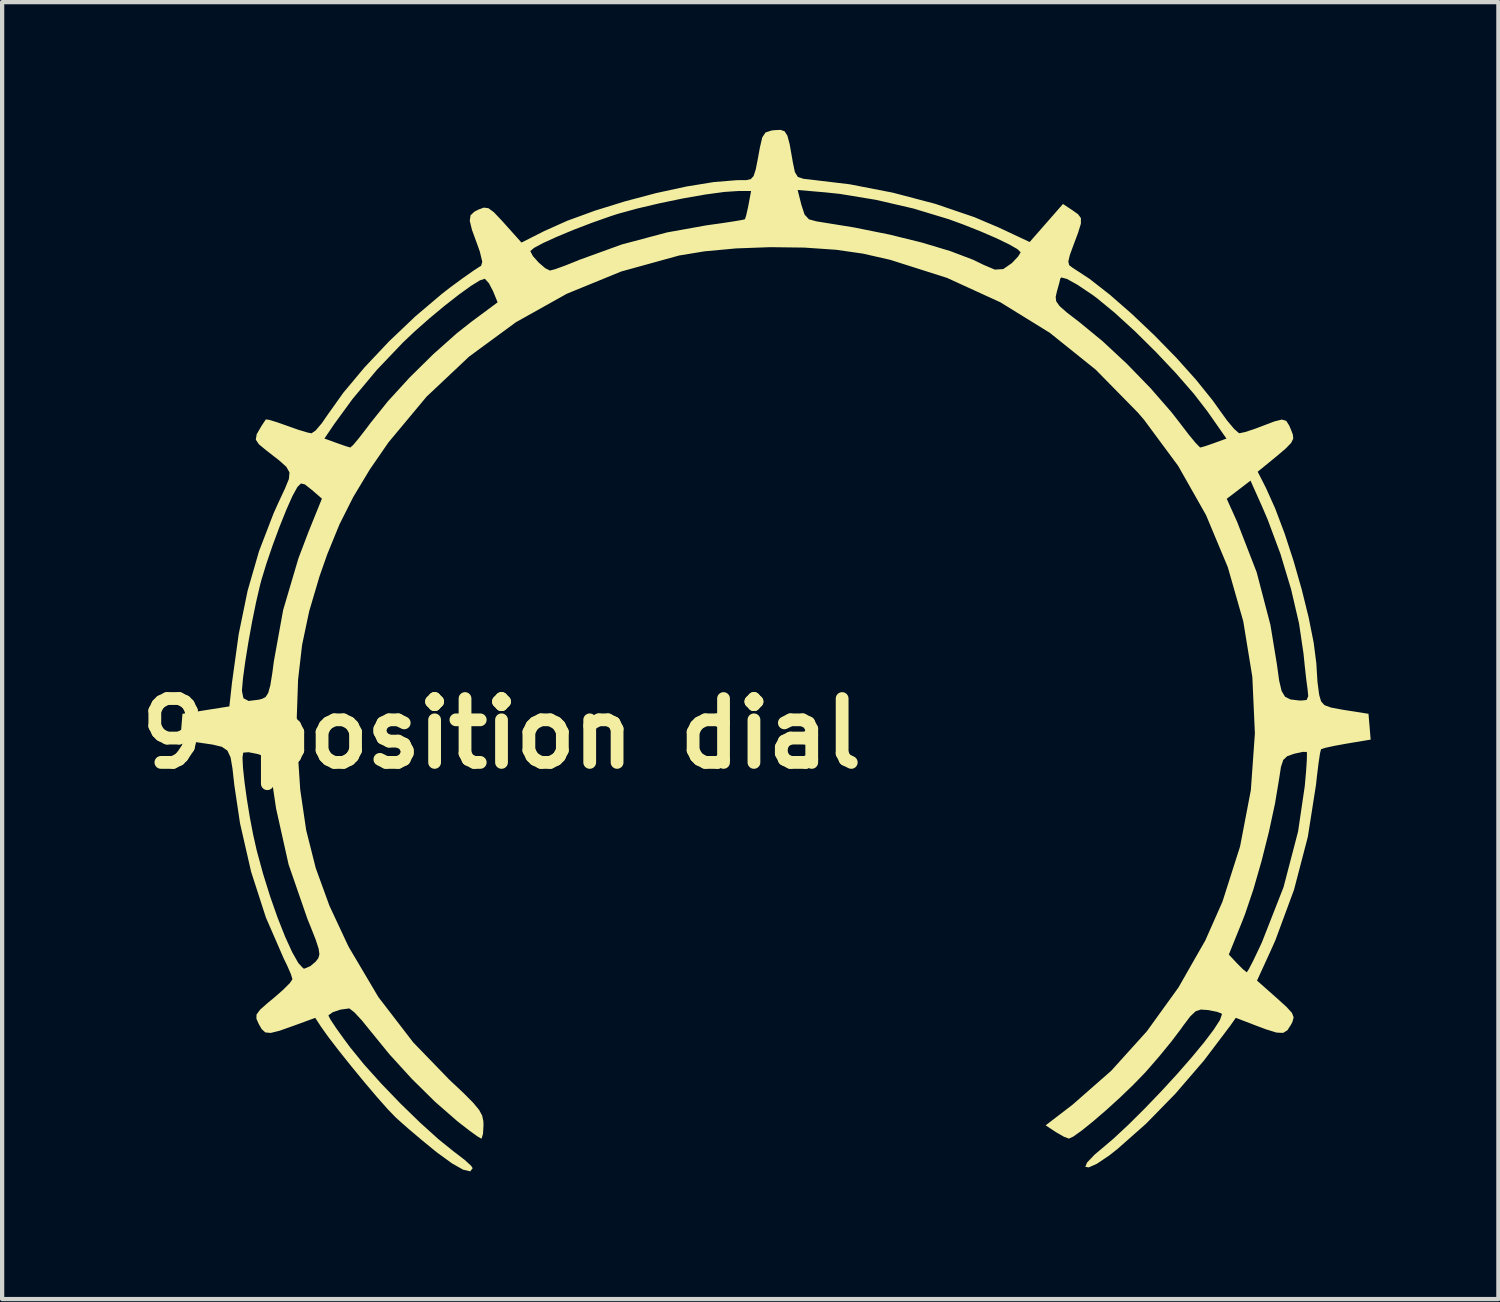
<source format=kicad_pcb>
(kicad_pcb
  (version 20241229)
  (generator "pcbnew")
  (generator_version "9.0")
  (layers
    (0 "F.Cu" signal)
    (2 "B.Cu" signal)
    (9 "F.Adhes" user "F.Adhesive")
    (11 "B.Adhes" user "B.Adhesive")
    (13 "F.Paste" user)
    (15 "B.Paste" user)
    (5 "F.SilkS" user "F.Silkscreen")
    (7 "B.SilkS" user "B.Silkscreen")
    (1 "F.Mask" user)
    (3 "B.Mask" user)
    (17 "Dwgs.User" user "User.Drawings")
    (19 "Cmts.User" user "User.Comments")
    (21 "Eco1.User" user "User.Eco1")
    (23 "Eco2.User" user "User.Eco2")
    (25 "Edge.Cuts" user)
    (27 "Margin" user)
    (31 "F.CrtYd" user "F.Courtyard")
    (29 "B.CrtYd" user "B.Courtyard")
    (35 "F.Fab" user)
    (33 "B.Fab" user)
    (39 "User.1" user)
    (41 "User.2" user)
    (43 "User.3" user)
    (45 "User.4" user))
  (footprint "9 position dial"
    (layer "F.Cu")
    (at 8.729 14.178)
    (property "Reference" "9 position dial" (at 0 0 0) (layer "F.SilkS") (effects (font (size 1.5 1.5) (thickness 0.3))))
    (attr board_only exclude_from_pos_files exclude_from_bom)
    (fp_poly (pts (xy 6.648 -14.145) (xy 6.714 -14.042) (xy 6.768 -13.839) (xy 6.827 -13.504) (xy 6.841 -13.422) (xy 6.89 -13.186) (xy 6.961 -13.071) (xy 7.098 -13.027) (xy 7.199 -13.017) (xy 8.176 -12.9) (xy 9.19 -12.703) (xy 10.186 -12.441) (xy 11.107 -12.127) (xy 11.684 -11.882) (xy 12.404 -11.544) (xy 12.795 -11.99) (xy 13.186 -12.437) (xy 13.409 -12.29) (xy 13.542 -12.196) (xy 13.608 -12.105) (xy 13.607 -11.974) (xy 13.542 -11.762) (xy 13.447 -11.509) (xy 13.348 -11.239) (xy 13.312 -11.084) (xy 13.333 -10.999) (xy 13.406 -10.944) (xy 13.812 -10.678) (xy 14.289 -10.305) (xy 14.807 -9.852) (xy 15.337 -9.349) (xy 15.85 -8.824) (xy 16.314 -8.306) (xy 16.702 -7.824) (xy 16.849 -7.618) (xy 17.039 -7.354) (xy 17.205 -7.156) (xy 17.316 -7.058) (xy 17.332 -7.053) (xy 17.464 -7.081) (xy 17.693 -7.156) (xy 17.865 -7.221) (xy 18.154 -7.331) (xy 18.328 -7.374) (xy 18.43 -7.344) (xy 18.499 -7.236) (xy 18.541 -7.138) (xy 18.586 -7.02) (xy 18.595 -6.925) (xy 18.546 -6.826) (xy 18.421 -6.696) (xy 18.201 -6.509) (xy 17.937 -6.293) (xy 17.76 -6.149) (xy 17.952 -5.772) (xy 18.17 -5.287) (xy 18.392 -4.699) (xy 18.604 -4.049) (xy 18.796 -3.377) (xy 18.957 -2.725) (xy 19.075 -2.133) (xy 19.138 -1.642) (xy 19.145 -1.513) (xy 19.164 -1.213) (xy 19.2 -0.937) (xy 19.208 -0.892) (xy 19.25 -0.753) (xy 19.328 -0.667) (xy 19.485 -0.609) (xy 19.763 -0.558) (xy 19.812 -0.55) (xy 20.362 -0.463) (xy 20.388 -0.16) (xy 20.413 0.143) (xy 19.849 0.237) (xy 19.559 0.29) (xy 19.343 0.337) (xy 19.248 0.368) (xy 19.224 0.463) (xy 19.19 0.688) (xy 19.151 1.004) (xy 19.13 1.2) (xy 18.937 2.429) (xy 18.613 3.669) (xy 18.176 4.853) (xy 18.071 5.089) (xy 17.744 5.803) (xy 18.203 6.209) (xy 18.438 6.422) (xy 18.565 6.562) (xy 18.604 6.666) (xy 18.576 6.772) (xy 18.545 6.833) (xy 18.459 6.968) (xy 18.358 7.031) (xy 18.203 7.024) (xy 17.956 6.948) (xy 17.732 6.864) (xy 17.246 6.677) (xy 17.111 6.869) (xy 16.496 7.682) (xy 15.827 8.459) (xy 15.138 9.164) (xy 14.464 9.76) (xy 14.269 9.913) (xy 13.983 10.105) (xy 13.793 10.19) (xy 13.711 10.177) (xy 13.753 10.075) (xy 13.929 9.891) (xy 14.063 9.778) (xy 14.381 9.508) (xy 14.737 9.175) (xy 15.115 8.799) (xy 15.498 8.4) (xy 15.868 7.997) (xy 16.208 7.608) (xy 16.5 7.255) (xy 16.727 6.955) (xy 16.873 6.729) (xy 16.92 6.595) (xy 16.912 6.576) (xy 16.807 6.537) (xy 16.608 6.497) (xy 16.584 6.494) (xy 16.425 6.483) (xy 16.303 6.523) (xy 16.177 6.642) (xy 16.006 6.868) (xy 15.96 6.934) (xy 15.735 7.231) (xy 15.448 7.582) (xy 15.153 7.922) (xy 15.096 7.984) (xy 14.833 8.255) (xy 14.527 8.549) (xy 14.206 8.841) (xy 13.897 9.107) (xy 13.628 9.324) (xy 13.427 9.467) (xy 13.326 9.514) (xy 13.209 9.47) (xy 13.028 9.366) (xy 13.015 9.358) (xy 12.78 9.202) (xy 13.413 8.716) (xy 14.32 7.92) (xy 15.157 6.993) (xy 15.9 5.963) (xy 16.34 5.191) (xy 17.082 5.191) (xy 17.276 5.399) (xy 17.417 5.54) (xy 17.5 5.606) (xy 17.504 5.607) (xy 17.551 5.535) (xy 17.651 5.343) (xy 17.784 5.064) (xy 17.858 4.906) (xy 18.366 3.611) (xy 18.708 2.303) (xy 18.866 1.232) (xy 18.896 0.891) (xy 18.914 0.62) (xy 18.917 0.46) (xy 18.912 0.433) (xy 18.82 0.431) (xy 18.634 0.471) (xy 18.607 0.478) (xy 18.451 0.534) (xy 18.36 0.621) (xy 18.306 0.785) (xy 18.263 1.064) (xy 18.167 1.643) (xy 18.024 2.306) (xy 17.85 2.997) (xy 17.66 3.657) (xy 17.468 4.227) (xy 17.401 4.401) (xy 17.082 5.191) (xy 16.34 5.191) (xy 16.528 4.863) (xy 16.932 3.95) (xy 17.346 2.652) (xy 17.599 1.33) (xy 17.694 -0.002) (xy 17.634 -1.329) (xy 17.421 -2.635) (xy 17.058 -3.907) (xy 16.547 -5.129) (xy 16.33 -5.513) (xy 17.033 -5.513) (xy 17.277 -4.972) (xy 17.737 -3.785) (xy 18.059 -2.551) (xy 18.212 -1.62) (xy 18.264 -1.242) (xy 18.321 -1.001) (xy 18.401 -0.865) (xy 18.528 -0.801) (xy 18.723 -0.777) (xy 18.779 -0.774) (xy 18.909 -0.788) (xy 18.947 -0.878) (xy 18.931 -1.041) (xy 18.9 -1.275) (xy 18.864 -1.599) (xy 18.837 -1.869) (xy 18.731 -2.585) (xy 18.545 -3.386) (xy 18.295 -4.217) (xy 17.995 -5.023) (xy 17.865 -5.327) (xy 17.591 -5.94) (xy 17.312 -5.726) (xy 17.033 -5.513) (xy 16.33 -5.513) (xy 15.891 -6.287) (xy 15.092 -7.367) (xy 14.947 -7.536) (xy 13.954 -8.547) (xy 12.876 -9.412) (xy 11.713 -10.13) (xy 11.436 -10.256) (xy 13.015 -10.256) (xy 13.028 -10.15) (xy 13.107 -10.039) (xy 13.275 -9.891) (xy 13.554 -9.676) (xy 13.575 -9.66) (xy 14.116 -9.215) (xy 14.689 -8.682) (xy 15.243 -8.111) (xy 15.729 -7.554) (xy 15.937 -7.287) (xy 16.137 -7.025) (xy 16.3 -6.828) (xy 16.4 -6.725) (xy 16.416 -6.718) (xy 16.523 -6.748) (xy 16.718 -6.815) (xy 16.747 -6.826) (xy 17.026 -6.927) (xy 16.584 -7.56) (xy 16.263 -7.976) (xy 15.847 -8.454) (xy 15.375 -8.955) (xy 14.882 -9.443) (xy 14.405 -9.879) (xy 13.982 -10.227) (xy 13.875 -10.306) (xy 13.528 -10.539) (xy 13.281 -10.676) (xy 13.146 -10.712) (xy 13.123 -10.682) (xy 13.103 -10.594) (xy 13.052 -10.41) (xy 13.046 -10.389) (xy 13.015 -10.256) (xy 11.436 -10.256) (xy 10.464 -10.701) (xy 9.131 -11.125) (xy 8.49 -11.271) (xy 7.856 -11.362) (xy 7.112 -11.413) (xy 6.313 -11.423) (xy 5.513 -11.394) (xy 4.767 -11.325) (xy 4.171 -11.227) (xy 2.81 -10.851) (xy 1.53 -10.327) (xy 0.338 -9.66) (xy -0.761 -8.853) (xy -1.761 -7.911) (xy -2.655 -6.838) (xy -3.094 -6.201) (xy -3.483 -5.554) (xy -3.806 -4.912) (xy -4.093 -4.21) (xy -4.273 -3.697) (xy -4.517 -2.873) (xy -4.684 -2.081) (xy -4.778 -1.267) (xy -4.809 -0.378) (xy -4.798 0.255) (xy -4.728 1.316) (xy -4.588 2.269) (xy -4.363 3.161) (xy -4.042 4.044) (xy -3.611 4.967) (xy -3.584 5.02) (xy -2.892 6.19) (xy -2.073 7.255) (xy -1.224 8.132) (xy -0.892 8.444) (xy -0.667 8.67) (xy -0.528 8.838) (xy -0.455 8.972) (xy -0.427 9.102) (xy -0.423 9.196) (xy -0.435 9.401) (xy -0.466 9.509) (xy -0.475 9.514) (xy -0.561 9.465) (xy -0.743 9.334) (xy -0.985 9.147) (xy -1.046 9.098) (xy -1.559 8.651) (xy -2.105 8.112) (xy -2.634 7.532) (xy -3.078 6.987) (xy -3.281 6.736) (xy -3.454 6.55) (xy -3.568 6.461) (xy -3.582 6.457) (xy -3.78 6.484) (xy -3.962 6.545) (xy -4.061 6.615) (xy -4.064 6.628) (xy -4.016 6.72) (xy -3.887 6.915) (xy -3.698 7.179) (xy -3.556 7.37) (xy -3.23 7.771) (xy -2.823 8.224) (xy -2.372 8.692) (xy -1.911 9.14) (xy -1.479 9.53) (xy -1.11 9.827) (xy -1.079 9.85) (xy -0.863 10.016) (xy -0.717 10.149) (xy -0.677 10.208) (xy -0.735 10.283) (xy -0.901 10.244) (xy -1.16 10.098) (xy -1.499 9.852) (xy -1.566 9.799) (xy -1.884 9.539) (xy -2.195 9.275) (xy -2.443 9.056) (xy -2.487 9.015) (xy -2.669 8.827) (xy -2.923 8.54) (xy -3.22 8.19) (xy -3.529 7.814) (xy -3.822 7.447) (xy -4.068 7.127) (xy -4.237 6.89) (xy -4.241 6.884) (xy -4.375 6.678) (xy -4.884 6.864) (xy -5.212 6.98) (xy -5.42 7.032) (xy -5.548 7.02) (xy -5.634 6.941) (xy -5.701 6.823) (xy -5.757 6.698) (xy -5.754 6.599) (xy -5.67 6.486) (xy -5.485 6.322) (xy -5.365 6.224) (xy -5.138 6.027) (xy -4.975 5.865) (xy -4.911 5.772) (xy -4.911 5.77) (xy -4.946 5.653) (xy -5.038 5.442) (xy -5.114 5.287) (xy -5.534 4.321) (xy -5.881 3.247) (xy -6.141 2.112) (xy -6.275 1.217) (xy -6.319 0.821) (xy -6.363 0.563) (xy -6.084 0.563) (xy -6.072 0.804) (xy -6.036 1.142) (xy -5.981 1.54) (xy -5.912 1.963) (xy -5.833 2.377) (xy -5.75 2.745) (xy -5.75 2.745) (xy -5.602 3.289) (xy -5.435 3.825) (xy -5.258 4.328) (xy -5.082 4.773) (xy -4.917 5.135) (xy -4.772 5.391) (xy -4.658 5.514) (xy -4.631 5.522) (xy -4.489 5.463) (xy -4.365 5.357) (xy -4.302 5.276) (xy -4.277 5.185) (xy -4.296 5.052) (xy -4.364 4.842) (xy -4.49 4.523) (xy -4.557 4.359) (xy -5.001 3.076) (xy -5.295 1.76) (xy -5.358 1.336) (xy -5.408 0.971) (xy -5.452 0.739) (xy -5.505 0.605) (xy -5.583 0.534) (xy -5.701 0.489) (xy -5.738 0.479) (xy -5.939 0.439) (xy -6.062 0.448) (xy -6.067 0.453) (xy -6.084 0.563) (xy -6.363 0.563) (xy -6.364 0.56) (xy -6.438 0.401) (xy -6.568 0.312) (xy -6.783 0.26) (xy -7.11 0.212) (xy -7.138 0.208) (xy -7.38 0.167) (xy -7.497 0.111) (xy -7.528 0.000225) (xy -7.519 -0.157) (xy -7.493 -0.463) (xy -6.943 -0.55) (xy -6.392 -0.637) (xy -6.352 -0.998) (xy -6.096 -0.998) (xy -6.062 -0.83) (xy -5.941 -0.765) (xy -5.705 -0.794) (xy -5.625 -0.814) (xy -5.542 -0.856) (xy -5.48 -0.951) (xy -5.43 -1.132) (xy -5.382 -1.429) (xy -5.347 -1.696) (xy -5.129 -2.9) (xy -4.77 -4.114) (xy -4.535 -4.734) (xy -4.218 -5.517) (xy -4.457 -5.723) (xy -4.618 -5.851) (xy -4.71 -5.873) (xy -4.787 -5.797) (xy -4.801 -5.777) (xy -4.91 -5.579) (xy -5.052 -5.26) (xy -5.212 -4.861) (xy -5.374 -4.425) (xy -5.521 -3.994) (xy -5.639 -3.608) (xy -5.671 -3.487) (xy -5.763 -3.092) (xy -5.857 -2.632) (xy -5.944 -2.152) (xy -6.018 -1.695) (xy -6.071 -1.308) (xy -6.095 -1.033) (xy -6.096 -0.998) (xy -6.352 -0.998) (xy -6.331 -1.189) (xy -6.173 -2.334) (xy -5.964 -3.352) (xy -5.695 -4.284) (xy -5.355 -5.168) (xy -5.245 -5.413) (xy -5.086 -5.753) (xy -4.994 -5.978) (xy -4.98 -6.133) (xy -5.055 -6.265) (xy -5.228 -6.419) (xy -5.511 -6.639) (xy -5.531 -6.655) (xy -5.698 -6.793) (xy -5.771 -6.902) (xy -5.767 -6.928) (xy -4.159 -6.928) (xy -3.878 -6.826) (xy -3.679 -6.756) (xy -3.558 -6.719) (xy -3.551 -6.718) (xy -3.483 -6.778) (xy -3.343 -6.946) (xy -3.156 -7.188) (xy -3.085 -7.284) (xy -2.669 -7.803) (xy -2.157 -8.363) (xy -1.599 -8.913) (xy -1.045 -9.405) (xy -0.702 -9.675) (xy -0.092 -10.127) (xy -0.198 -10.388) (xy -0.296 -10.576) (xy -0.389 -10.678) (xy -0.394 -10.68) (xy -0.506 -10.644) (xy -0.718 -10.513) (xy -1.002 -10.308) (xy -1.335 -10.048) (xy -1.689 -9.754) (xy -2.039 -9.445) (xy -2.313 -9.186) (xy -2.925 -8.544) (xy -3.501 -7.855) (xy -3.931 -7.265) (xy -4.159 -6.928) (xy -5.767 -6.928) (xy -5.75 -7.03) (xy -5.637 -7.225) (xy -5.535 -7.378) (xy -5.452 -7.366) (xy -5.257 -7.306) (xy -5.04 -7.229) (xy -4.769 -7.133) (xy -4.554 -7.069) (xy -4.463 -7.051) (xy -4.365 -7.118) (xy -4.219 -7.29) (xy -4.107 -7.454) (xy -3.718 -8.001) (xy -3.219 -8.598) (xy -2.643 -9.209) (xy -2.026 -9.796) (xy -1.403 -10.324) (xy -1.197 -10.484) (xy -0.912 -10.693) (xy -0.673 -10.861) (xy -0.516 -10.964) (xy -0.481 -10.982) (xy -0.452 -11.078) (xy -0.508 -11.313) (xy -0.513 -11.329) (xy 0.677 -11.329) (xy 0.736 -11.214) (xy 0.874 -11.06) (xy 1.029 -10.927) (xy 1.138 -10.874) (xy 1.257 -10.905) (xy 1.485 -10.987) (xy 1.776 -11.103) (xy 1.822 -11.123) (xy 2.82 -11.485) (xy 3.886 -11.769) (xy 4.814 -11.936) (xy 5.178 -11.987) (xy 5.474 -12.032) (xy 5.664 -12.065) (xy 5.717 -12.079) (xy 5.747 -12.171) (xy 5.791 -12.367) (xy 5.802 -12.424) (xy 5.861 -12.742) (xy 5.564 -12.742) (xy 5.232 -12.72) (xy 4.784 -12.659) (xy 4.264 -12.568) (xy 3.718 -12.455) (xy 3.191 -12.331) (xy 2.728 -12.204) (xy 2.564 -12.151) (xy 2.119 -11.994) (xy 1.689 -11.829) (xy 1.3 -11.667) (xy 0.983 -11.523) (xy 0.766 -11.407) (xy 0.678 -11.333) (xy 0.677 -11.329) (xy -0.513 -11.329) (xy -0.575 -11.503) (xy -0.695 -11.832) (xy -0.746 -12.043) (xy -0.727 -12.172) (xy -0.637 -12.257) (xy -0.539 -12.307) (xy -0.414 -12.352) (xy -0.307 -12.338) (xy -0.179 -12.243) (xy 0.008 -12.046) (xy 0.076 -11.97) (xy 0.469 -11.531) (xy 1.003 -11.801) (xy 1.546 -12.044) (xy 2.193 -12.28) (xy 2.902 -12.5) (xy 3.631 -12.693) (xy 3.967 -12.766) (xy 6.955 -12.766) (xy 7.043 -12.416) (xy 7.118 -12.188) (xy 7.222 -12.076) (xy 7.397 -12.029) (xy 8.276 -11.887) (xy 9.111 -11.719) (xy 9.874 -11.531) (xy 10.539 -11.331) (xy 11.079 -11.126) (xy 11.326 -11.006) (xy 11.586 -10.896) (xy 11.784 -10.908) (xy 11.983 -11.046) (xy 11.996 -11.058) (xy 12.133 -11.204) (xy 12.192 -11.301) (xy 12.192 -11.303) (xy 12.117 -11.377) (xy 11.913 -11.493) (xy 11.609 -11.639) (xy 11.236 -11.8) (xy 10.824 -11.963) (xy 10.499 -12.081) (xy 9.673 -12.331) (xy 8.796 -12.534) (xy 7.946 -12.674) (xy 7.605 -12.71) (xy 6.955 -12.766) (xy 3.967 -12.766) (xy 4.34 -12.847) (xy 4.984 -12.952) (xy 5.524 -12.996) (xy 5.595 -12.997) (xy 5.752 -12.998) (xy 5.854 -13.02) (xy 5.921 -13.095) (xy 5.972 -13.254) (xy 6.026 -13.53) (xy 6.068 -13.762) (xy 6.123 -13.999) (xy 6.199 -14.116) (xy 6.338 -14.162) (xy 6.411 -14.171) (xy 6.553 -14.178)) (stroke (width 0) (type solid)) (fill yes) (layer "F.SilkS")))
  (gr_rect
    (start -3 -3)
    (end 32.142 27.46)
    (stroke (width 0.1) (type default))
    (fill no)
    (layer "Edge.Cuts")))
</source>
